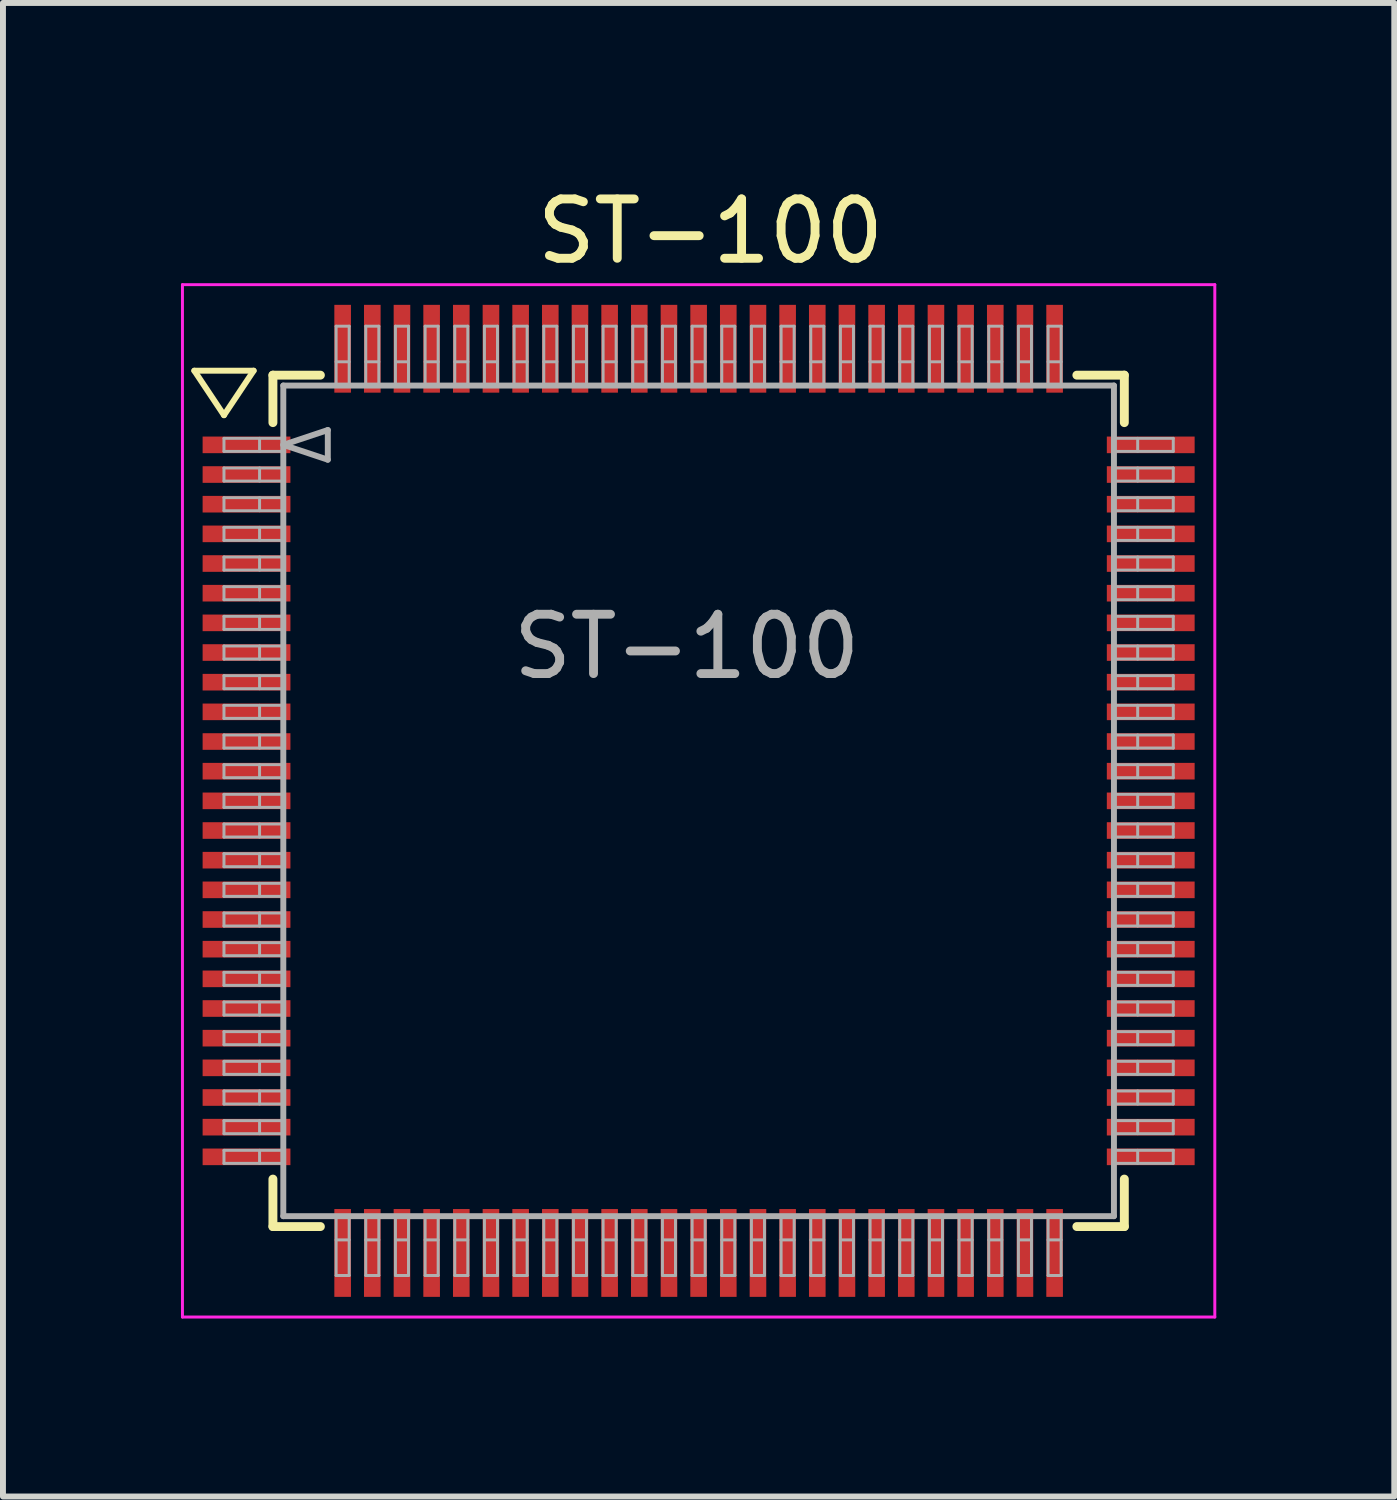
<source format=kicad_pcb>
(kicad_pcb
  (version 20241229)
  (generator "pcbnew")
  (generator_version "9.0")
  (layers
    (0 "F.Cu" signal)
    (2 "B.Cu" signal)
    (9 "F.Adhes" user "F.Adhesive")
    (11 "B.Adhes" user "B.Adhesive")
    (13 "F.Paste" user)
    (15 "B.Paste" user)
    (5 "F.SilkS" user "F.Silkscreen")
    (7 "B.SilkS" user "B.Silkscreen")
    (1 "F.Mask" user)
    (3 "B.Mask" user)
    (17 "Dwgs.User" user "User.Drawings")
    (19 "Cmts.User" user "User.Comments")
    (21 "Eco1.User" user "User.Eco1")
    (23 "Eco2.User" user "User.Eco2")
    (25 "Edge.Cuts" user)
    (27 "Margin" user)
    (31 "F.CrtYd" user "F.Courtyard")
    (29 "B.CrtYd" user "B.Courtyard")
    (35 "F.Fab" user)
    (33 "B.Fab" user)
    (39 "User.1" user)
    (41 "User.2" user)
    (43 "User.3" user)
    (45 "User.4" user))
  (footprint "ST-100"
    (layer "F.Cu")
    (at 8.725 10.448)
    (property "Reference" "ST-100" (at 0.2 -9.6 0) (layer "F.SilkS") (effects (font (size 1 1) (thickness 0.15))))
    (attr smd)
    (fp_line (start -8.5 -7.25) (end -8 -6.5) (stroke (width 0.1) (type solid)) (layer "F.SilkS"))
    (fp_line (start -8 -6.5) (end -7.5 -7.25) (stroke (width 0.1) (type solid)) (layer "F.SilkS"))
    (fp_line (start -7.5 -7.25) (end -8.5 -7.25) (stroke (width 0.1) (type solid)) (layer "F.SilkS"))
    (fp_line (start -7.175 -7.175) (end -7.175 -6.375) (stroke (width 0.15) (type solid)) (layer "F.SilkS"))
    (fp_line (start -7.175 -7.175) (end -6.375 -7.175) (stroke (width 0.15) (type solid)) (layer "F.SilkS"))
    (fp_line (start -7.175 7.175) (end -7.175 6.375) (stroke (width 0.15) (type solid)) (layer "F.SilkS"))
    (fp_line (start -7.175 7.175) (end -6.375 7.175) (stroke (width 0.15) (type solid)) (layer "F.SilkS"))
    (fp_line (start 7.175 -7.175) (end 6.375 -7.175) (stroke (width 0.15) (type solid)) (layer "F.SilkS"))
    (fp_line (start 7.175 -7.175) (end 7.175 -6.375) (stroke (width 0.15) (type solid)) (layer "F.SilkS"))
    (fp_line (start 7.175 7.175) (end 6.375 7.175) (stroke (width 0.15) (type solid)) (layer "F.SilkS"))
    (fp_line (start 7.175 7.175) (end 7.175 6.375) (stroke (width 0.15) (type solid)) (layer "F.SilkS"))
    (fp_line (start -8.7 -8.7) (end -8.7 8.7) (stroke (width 0.05) (type solid)) (layer "F.CrtYd"))
    (fp_line (start -8.7 -8.7) (end 8.7 -8.7) (stroke (width 0.05) (type solid)) (layer "F.CrtYd"))
    (fp_line (start -8.7 8.7) (end 8.7 8.7) (stroke (width 0.05) (type solid)) (layer "F.CrtYd"))
    (fp_line (start 8.7 -8.7) (end 8.7 8.7) (stroke (width 0.05) (type solid)) (layer "F.CrtYd"))
    (fp_line (start -8 -6.11) (end -7 -6.11) (stroke (width 0.05) (type solid)) (layer "F.Fab"))
    (fp_line (start -8 -5.89) (end -8 -6.11) (stroke (width 0.05) (type solid)) (layer "F.Fab"))
    (fp_line (start -8 -5.89) (end -7 -5.89) (stroke (width 0.05) (type solid)) (layer "F.Fab"))
    (fp_line (start -8 -5.61) (end -7 -5.61) (stroke (width 0.05) (type solid)) (layer "F.Fab"))
    (fp_line (start -8 -5.39) (end -8 -5.61) (stroke (width 0.05) (type solid)) (layer "F.Fab"))
    (fp_line (start -8 -5.39) (end -7 -5.39) (stroke (width 0.05) (type solid)) (layer "F.Fab"))
    (fp_line (start -8 -5.11) (end -7 -5.11) (stroke (width 0.05) (type solid)) (layer "F.Fab"))
    (fp_line (start -8 -4.89) (end -8 -5.11) (stroke (width 0.05) (type solid)) (layer "F.Fab"))
    (fp_line (start -8 -4.89) (end -7 -4.89) (stroke (width 0.05) (type solid)) (layer "F.Fab"))
    (fp_line (start -8 -4.61) (end -7 -4.61) (stroke (width 0.05) (type solid)) (layer "F.Fab"))
    (fp_line (start -8 -4.39) (end -8 -4.61) (stroke (width 0.05) (type solid)) (layer "F.Fab"))
    (fp_line (start -8 -4.39) (end -7 -4.39) (stroke (width 0.05) (type solid)) (layer "F.Fab"))
    (fp_line (start -8 -4.11) (end -7 -4.11) (stroke (width 0.05) (type solid)) (layer "F.Fab"))
    (fp_line (start -8 -3.89) (end -8 -4.11) (stroke (width 0.05) (type solid)) (layer "F.Fab"))
    (fp_line (start -8 -3.89) (end -7 -3.89) (stroke (width 0.05) (type solid)) (layer "F.Fab"))
    (fp_line (start -8 -3.61) (end -7 -3.61) (stroke (width 0.05) (type solid)) (layer "F.Fab"))
    (fp_line (start -8 -3.39) (end -8 -3.61) (stroke (width 0.05) (type solid)) (layer "F.Fab"))
    (fp_line (start -8 -3.39) (end -7 -3.39) (stroke (width 0.05) (type solid)) (layer "F.Fab"))
    (fp_line (start -8 -3.11) (end -7 -3.11) (stroke (width 0.05) (type solid)) (layer "F.Fab"))
    (fp_line (start -8 -2.89) (end -8 -3.11) (stroke (width 0.05) (type solid)) (layer "F.Fab"))
    (fp_line (start -8 -2.89) (end -7 -2.89) (stroke (width 0.05) (type solid)) (layer "F.Fab"))
    (fp_line (start -8 -2.61) (end -7 -2.61) (stroke (width 0.05) (type solid)) (layer "F.Fab"))
    (fp_line (start -8 -2.39) (end -8 -2.61) (stroke (width 0.05) (type solid)) (layer "F.Fab"))
    (fp_line (start -8 -2.39) (end -7 -2.39) (stroke (width 0.05) (type solid)) (layer "F.Fab"))
    (fp_line (start -8 -2.11) (end -7 -2.11) (stroke (width 0.05) (type solid)) (layer "F.Fab"))
    (fp_line (start -8 -1.89) (end -8 -2.11) (stroke (width 0.05) (type solid)) (layer "F.Fab"))
    (fp_line (start -8 -1.89) (end -7 -1.89) (stroke (width 0.05) (type solid)) (layer "F.Fab"))
    (fp_line (start -8 -1.61) (end -7 -1.61) (stroke (width 0.05) (type solid)) (layer "F.Fab"))
    (fp_line (start -8 -1.39) (end -8 -1.61) (stroke (width 0.05) (type solid)) (layer "F.Fab"))
    (fp_line (start -8 -1.39) (end -7 -1.39) (stroke (width 0.05) (type solid)) (layer "F.Fab"))
    (fp_line (start -8 -1.11) (end -7 -1.11) (stroke (width 0.05) (type solid)) (layer "F.Fab"))
    (fp_line (start -8 -0.89) (end -8 -1.11) (stroke (width 0.05) (type solid)) (layer "F.Fab"))
    (fp_line (start -8 -0.89) (end -7 -0.89) (stroke (width 0.05) (type solid)) (layer "F.Fab"))
    (fp_line (start -8 -0.61) (end -7 -0.61) (stroke (width 0.05) (type solid)) (layer "F.Fab"))
    (fp_line (start -8 -0.39) (end -8 -0.61) (stroke (width 0.05) (type solid)) (layer "F.Fab"))
    (fp_line (start -8 -0.39) (end -7 -0.39) (stroke (width 0.05) (type solid)) (layer "F.Fab"))
    (fp_line (start -8 -0.11) (end -7 -0.11) (stroke (width 0.05) (type solid)) (layer "F.Fab"))
    (fp_line (start -8 0.11) (end -8 -0.11) (stroke (width 0.05) (type solid)) (layer "F.Fab"))
    (fp_line (start -8 0.11) (end -7 0.11) (stroke (width 0.05) (type solid)) (layer "F.Fab"))
    (fp_line (start -8 0.39) (end -7 0.39) (stroke (width 0.05) (type solid)) (layer "F.Fab"))
    (fp_line (start -8 0.61) (end -8 0.39) (stroke (width 0.05) (type solid)) (layer "F.Fab"))
    (fp_line (start -8 0.61) (end -7 0.61) (stroke (width 0.05) (type solid)) (layer "F.Fab"))
    (fp_line (start -8 0.89) (end -7 0.89) (stroke (width 0.05) (type solid)) (layer "F.Fab"))
    (fp_line (start -8 1.11) (end -8 0.89) (stroke (width 0.05) (type solid)) (layer "F.Fab"))
    (fp_line (start -8 1.11) (end -7 1.11) (stroke (width 0.05) (type solid)) (layer "F.Fab"))
    (fp_line (start -8 1.39) (end -7 1.39) (stroke (width 0.05) (type solid)) (layer "F.Fab"))
    (fp_line (start -8 1.61) (end -8 1.39) (stroke (width 0.05) (type solid)) (layer "F.Fab"))
    (fp_line (start -8 1.61) (end -7 1.61) (stroke (width 0.05) (type solid)) (layer "F.Fab"))
    (fp_line (start -8 1.89) (end -7 1.89) (stroke (width 0.05) (type solid)) (layer "F.Fab"))
    (fp_line (start -8 2.11) (end -8 1.89) (stroke (width 0.05) (type solid)) (layer "F.Fab"))
    (fp_line (start -8 2.11) (end -7 2.11) (stroke (width 0.05) (type solid)) (layer "F.Fab"))
    (fp_line (start -8 2.39) (end -7 2.39) (stroke (width 0.05) (type solid)) (layer "F.Fab"))
    (fp_line (start -8 2.61) (end -8 2.39) (stroke (width 0.05) (type solid)) (layer "F.Fab"))
    (fp_line (start -8 2.61) (end -7 2.61) (stroke (width 0.05) (type solid)) (layer "F.Fab"))
    (fp_line (start -8 2.89) (end -7 2.89) (stroke (width 0.05) (type solid)) (layer "F.Fab"))
    (fp_line (start -8 3.11) (end -8 2.89) (stroke (width 0.05) (type solid)) (layer "F.Fab"))
    (fp_line (start -8 3.11) (end -7 3.11) (stroke (width 0.05) (type solid)) (layer "F.Fab"))
    (fp_line (start -8 3.39) (end -7 3.39) (stroke (width 0.05) (type solid)) (layer "F.Fab"))
    (fp_line (start -8 3.61) (end -8 3.39) (stroke (width 0.05) (type solid)) (layer "F.Fab"))
    (fp_line (start -8 3.61) (end -7 3.61) (stroke (width 0.05) (type solid)) (layer "F.Fab"))
    (fp_line (start -8 3.89) (end -7 3.89) (stroke (width 0.05) (type solid)) (layer "F.Fab"))
    (fp_line (start -8 4.11) (end -8 3.89) (stroke (width 0.05) (type solid)) (layer "F.Fab"))
    (fp_line (start -8 4.11) (end -7 4.11) (stroke (width 0.05) (type solid)) (layer "F.Fab"))
    (fp_line (start -8 4.39) (end -7 4.39) (stroke (width 0.05) (type solid)) (layer "F.Fab"))
    (fp_line (start -8 4.61) (end -8 4.39) (stroke (width 0.05) (type solid)) (layer "F.Fab"))
    (fp_line (start -8 4.61) (end -7 4.61) (stroke (width 0.05) (type solid)) (layer "F.Fab"))
    (fp_line (start -8 4.89) (end -7 4.89) (stroke (width 0.05) (type solid)) (layer "F.Fab"))
    (fp_line (start -8 5.11) (end -8 4.89) (stroke (width 0.05) (type solid)) (layer "F.Fab"))
    (fp_line (start -8 5.11) (end -7 5.11) (stroke (width 0.05) (type solid)) (layer "F.Fab"))
    (fp_line (start -8 5.39) (end -7 5.39) (stroke (width 0.05) (type solid)) (layer "F.Fab"))
    (fp_line (start -8 5.61) (end -8 5.39) (stroke (width 0.05) (type solid)) (layer "F.Fab"))
    (fp_line (start -8 5.61) (end -7 5.61) (stroke (width 0.05) (type solid)) (layer "F.Fab"))
    (fp_line (start -8 5.89) (end -7 5.89) (stroke (width 0.05) (type solid)) (layer "F.Fab"))
    (fp_line (start -8 6.11) (end -8 5.89) (stroke (width 0.05) (type solid)) (layer "F.Fab"))
    (fp_line (start -8 6.11) (end -7 6.11) (stroke (width 0.05) (type solid)) (layer "F.Fab"))
    (fp_line (start -7.4 -5.89) (end -7.4 -6.11) (stroke (width 0.05) (type solid)) (layer "F.Fab"))
    (fp_line (start -7.4 -5.39) (end -7.4 -5.61) (stroke (width 0.05) (type solid)) (layer "F.Fab"))
    (fp_line (start -7.4 -4.89) (end -7.4 -5.11) (stroke (width 0.05) (type solid)) (layer "F.Fab"))
    (fp_line (start -7.4 -4.39) (end -7.4 -4.61) (stroke (width 0.05) (type solid)) (layer "F.Fab"))
    (fp_line (start -7.4 -3.89) (end -7.4 -4.11) (stroke (width 0.05) (type solid)) (layer "F.Fab"))
    (fp_line (start -7.4 -3.39) (end -7.4 -3.61) (stroke (width 0.05) (type solid)) (layer "F.Fab"))
    (fp_line (start -7.4 -2.89) (end -7.4 -3.11) (stroke (width 0.05) (type solid)) (layer "F.Fab"))
    (fp_line (start -7.4 -2.39) (end -7.4 -2.61) (stroke (width 0.05) (type solid)) (layer "F.Fab"))
    (fp_line (start -7.4 -1.89) (end -7.4 -2.11) (stroke (width 0.05) (type solid)) (layer "F.Fab"))
    (fp_line (start -7.4 -1.39) (end -7.4 -1.61) (stroke (width 0.05) (type solid)) (layer "F.Fab"))
    (fp_line (start -7.4 -0.89) (end -7.4 -1.11) (stroke (width 0.05) (type solid)) (layer "F.Fab"))
    (fp_line (start -7.4 -0.39) (end -7.4 -0.61) (stroke (width 0.05) (type solid)) (layer "F.Fab"))
    (fp_line (start -7.4 0.11) (end -7.4 -0.11) (stroke (width 0.05) (type solid)) (layer "F.Fab"))
    (fp_line (start -7.4 0.61) (end -7.4 0.39) (stroke (width 0.05) (type solid)) (layer "F.Fab"))
    (fp_line (start -7.4 1.11) (end -7.4 0.89) (stroke (width 0.05) (type solid)) (layer "F.Fab"))
    (fp_line (start -7.4 1.61) (end -7.4 1.39) (stroke (width 0.05) (type solid)) (layer "F.Fab"))
    (fp_line (start -7.4 2.11) (end -7.4 1.89) (stroke (width 0.05) (type solid)) (layer "F.Fab"))
    (fp_line (start -7.4 2.61) (end -7.4 2.39) (stroke (width 0.05) (type solid)) (layer "F.Fab"))
    (fp_line (start -7.4 3.11) (end -7.4 2.89) (stroke (width 0.05) (type solid)) (layer "F.Fab"))
    (fp_line (start -7.4 3.61) (end -7.4 3.39) (stroke (width 0.05) (type solid)) (layer "F.Fab"))
    (fp_line (start -7.4 4.11) (end -7.4 3.89) (stroke (width 0.05) (type solid)) (layer "F.Fab"))
    (fp_line (start -7.4 4.61) (end -7.4 4.39) (stroke (width 0.05) (type solid)) (layer "F.Fab"))
    (fp_line (start -7.4 5.11) (end -7.4 4.89) (stroke (width 0.05) (type solid)) (layer "F.Fab"))
    (fp_line (start -7.4 5.61) (end -7.4 5.39) (stroke (width 0.05) (type solid)) (layer "F.Fab"))
    (fp_line (start -7.4 6.11) (end -7.4 5.89) (stroke (width 0.05) (type solid)) (layer "F.Fab"))
    (fp_line (start -7 -7) (end 7 -7) (stroke (width 0.1) (type solid)) (layer "F.Fab"))
    (fp_line (start -7 -6) (end -6.25 -6.25) (stroke (width 0.1) (type solid)) (layer "F.Fab"))
    (fp_line (start -7 7) (end -7 -7) (stroke (width 0.1) (type solid)) (layer "F.Fab"))
    (fp_line (start -6.25 -6.25) (end -6.25 -5.75) (stroke (width 0.1) (type solid)) (layer "F.Fab"))
    (fp_line (start -6.25 -5.75) (end -7 -6) (stroke (width 0.1) (type solid)) (layer "F.Fab"))
    (fp_line (start -6.11 -8) (end -6.11 -7) (stroke (width 0.05) (type solid)) (layer "F.Fab"))
    (fp_line (start -6.11 -8) (end -5.89 -8) (stroke (width 0.05) (type solid)) (layer "F.Fab"))
    (fp_line (start -6.11 -7.4) (end -5.89 -7.4) (stroke (width 0.05) (type solid)) (layer "F.Fab"))
    (fp_line (start -6.11 7) (end -6.11 8) (stroke (width 0.05) (type solid)) (layer "F.Fab"))
    (fp_line (start -6.11 7.4) (end -5.89 7.4) (stroke (width 0.05) (type solid)) (layer "F.Fab"))
    (fp_line (start -6.11 8) (end -5.89 8) (stroke (width 0.05) (type solid)) (layer "F.Fab"))
    (fp_line (start -5.89 -8) (end -5.89 -7) (stroke (width 0.05) (type solid)) (layer "F.Fab"))
    (fp_line (start -5.89 7) (end -5.89 8) (stroke (width 0.05) (type solid)) (layer "F.Fab"))
    (fp_line (start -5.61 -8) (end -5.61 -7) (stroke (width 0.05) (type solid)) (layer "F.Fab"))
    (fp_line (start -5.61 -8) (end -5.39 -8) (stroke (width 0.05) (type solid)) (layer "F.Fab"))
    (fp_line (start -5.61 -7.4) (end -5.39 -7.4) (stroke (width 0.05) (type solid)) (layer "F.Fab"))
    (fp_line (start -5.61 7) (end -5.61 8) (stroke (width 0.05) (type solid)) (layer "F.Fab"))
    (fp_line (start -5.61 7.4) (end -5.39 7.4) (stroke (width 0.05) (type solid)) (layer "F.Fab"))
    (fp_line (start -5.61 8) (end -5.39 8) (stroke (width 0.05) (type solid)) (layer "F.Fab"))
    (fp_line (start -5.39 -8) (end -5.39 -7) (stroke (width 0.05) (type solid)) (layer "F.Fab"))
    (fp_line (start -5.39 7) (end -5.39 8) (stroke (width 0.05) (type solid)) (layer "F.Fab"))
    (fp_line (start -5.11 -8) (end -5.11 -7) (stroke (width 0.05) (type solid)) (layer "F.Fab"))
    (fp_line (start -5.11 -8) (end -4.89 -8) (stroke (width 0.05) (type solid)) (layer "F.Fab"))
    (fp_line (start -5.11 -7.4) (end -4.89 -7.4) (stroke (width 0.05) (type solid)) (layer "F.Fab"))
    (fp_line (start -5.11 7) (end -5.11 8) (stroke (width 0.05) (type solid)) (layer "F.Fab"))
    (fp_line (start -5.11 7.4) (end -4.89 7.4) (stroke (width 0.05) (type solid)) (layer "F.Fab"))
    (fp_line (start -5.11 8) (end -4.89 8) (stroke (width 0.05) (type solid)) (layer "F.Fab"))
    (fp_line (start -4.89 -8) (end -4.89 -7) (stroke (width 0.05) (type solid)) (layer "F.Fab"))
    (fp_line (start -4.89 7) (end -4.89 8) (stroke (width 0.05) (type solid)) (layer "F.Fab"))
    (fp_line (start -4.61 -8) (end -4.61 -7) (stroke (width 0.05) (type solid)) (layer "F.Fab"))
    (fp_line (start -4.61 -8) (end -4.39 -8) (stroke (width 0.05) (type solid)) (layer "F.Fab"))
    (fp_line (start -4.61 -7.4) (end -4.39 -7.4) (stroke (width 0.05) (type solid)) (layer "F.Fab"))
    (fp_line (start -4.61 7) (end -4.61 8) (stroke (width 0.05) (type solid)) (layer "F.Fab"))
    (fp_line (start -4.61 7.4) (end -4.39 7.4) (stroke (width 0.05) (type solid)) (layer "F.Fab"))
    (fp_line (start -4.61 8) (end -4.39 8) (stroke (width 0.05) (type solid)) (layer "F.Fab"))
    (fp_line (start -4.39 -8) (end -4.39 -7) (stroke (width 0.05) (type solid)) (layer "F.Fab"))
    (fp_line (start -4.39 7) (end -4.39 8) (stroke (width 0.05) (type solid)) (layer "F.Fab"))
    (fp_line (start -4.11 -8) (end -4.11 -7) (stroke (width 0.05) (type solid)) (layer "F.Fab"))
    (fp_line (start -4.11 -8) (end -3.89 -8) (stroke (width 0.05) (type solid)) (layer "F.Fab"))
    (fp_line (start -4.11 -7.4) (end -3.89 -7.4) (stroke (width 0.05) (type solid)) (layer "F.Fab"))
    (fp_line (start -4.11 7) (end -4.11 8) (stroke (width 0.05) (type solid)) (layer "F.Fab"))
    (fp_line (start -4.11 7.4) (end -3.89 7.4) (stroke (width 0.05) (type solid)) (layer "F.Fab"))
    (fp_line (start -4.11 8) (end -3.89 8) (stroke (width 0.05) (type solid)) (layer "F.Fab"))
    (fp_line (start -3.89 -8) (end -3.89 -7) (stroke (width 0.05) (type solid)) (layer "F.Fab"))
    (fp_line (start -3.89 7) (end -3.89 8) (stroke (width 0.05) (type solid)) (layer "F.Fab"))
    (fp_line (start -3.61 -8) (end -3.61 -7) (stroke (width 0.05) (type solid)) (layer "F.Fab"))
    (fp_line (start -3.61 -8) (end -3.39 -8) (stroke (width 0.05) (type solid)) (layer "F.Fab"))
    (fp_line (start -3.61 -7.4) (end -3.39 -7.4) (stroke (width 0.05) (type solid)) (layer "F.Fab"))
    (fp_line (start -3.61 7) (end -3.61 8) (stroke (width 0.05) (type solid)) (layer "F.Fab"))
    (fp_line (start -3.61 7.4) (end -3.39 7.4) (stroke (width 0.05) (type solid)) (layer "F.Fab"))
    (fp_line (start -3.61 8) (end -3.39 8) (stroke (width 0.05) (type solid)) (layer "F.Fab"))
    (fp_line (start -3.39 -8) (end -3.39 -7) (stroke (width 0.05) (type solid)) (layer "F.Fab"))
    (fp_line (start -3.39 7) (end -3.39 8) (stroke (width 0.05) (type solid)) (layer "F.Fab"))
    (fp_line (start -3.11 -8) (end -3.11 -7) (stroke (width 0.05) (type solid)) (layer "F.Fab"))
    (fp_line (start -3.11 -8) (end -2.89 -8) (stroke (width 0.05) (type solid)) (layer "F.Fab"))
    (fp_line (start -3.11 -7.4) (end -2.89 -7.4) (stroke (width 0.05) (type solid)) (layer "F.Fab"))
    (fp_line (start -3.11 7) (end -3.11 8) (stroke (width 0.05) (type solid)) (layer "F.Fab"))
    (fp_line (start -3.11 7.4) (end -2.89 7.4) (stroke (width 0.05) (type solid)) (layer "F.Fab"))
    (fp_line (start -3.11 8) (end -2.89 8) (stroke (width 0.05) (type solid)) (layer "F.Fab"))
    (fp_line (start -2.89 -8) (end -2.89 -7) (stroke (width 0.05) (type solid)) (layer "F.Fab"))
    (fp_line (start -2.89 7) (end -2.89 8) (stroke (width 0.05) (type solid)) (layer "F.Fab"))
    (fp_line (start -2.61 -8) (end -2.61 -7) (stroke (width 0.05) (type solid)) (layer "F.Fab"))
    (fp_line (start -2.61 -8) (end -2.39 -8) (stroke (width 0.05) (type solid)) (layer "F.Fab"))
    (fp_line (start -2.61 -7.4) (end -2.39 -7.4) (stroke (width 0.05) (type solid)) (layer "F.Fab"))
    (fp_line (start -2.61 7) (end -2.61 8) (stroke (width 0.05) (type solid)) (layer "F.Fab"))
    (fp_line (start -2.61 7.4) (end -2.39 7.4) (stroke (width 0.05) (type solid)) (layer "F.Fab"))
    (fp_line (start -2.61 8) (end -2.39 8) (stroke (width 0.05) (type solid)) (layer "F.Fab"))
    (fp_line (start -2.39 -8) (end -2.39 -7) (stroke (width 0.05) (type solid)) (layer "F.Fab"))
    (fp_line (start -2.39 7) (end -2.39 8) (stroke (width 0.05) (type solid)) (layer "F.Fab"))
    (fp_line (start -2.11 -8) (end -2.11 -7) (stroke (width 0.05) (type solid)) (layer "F.Fab"))
    (fp_line (start -2.11 -8) (end -1.89 -8) (stroke (width 0.05) (type solid)) (layer "F.Fab"))
    (fp_line (start -2.11 -7.4) (end -1.89 -7.4) (stroke (width 0.05) (type solid)) (layer "F.Fab"))
    (fp_line (start -2.11 7) (end -2.11 8) (stroke (width 0.05) (type solid)) (layer "F.Fab"))
    (fp_line (start -2.11 7.4) (end -1.89 7.4) (stroke (width 0.05) (type solid)) (layer "F.Fab"))
    (fp_line (start -2.11 8) (end -1.89 8) (stroke (width 0.05) (type solid)) (layer "F.Fab"))
    (fp_line (start -1.89 -8) (end -1.89 -7) (stroke (width 0.05) (type solid)) (layer "F.Fab"))
    (fp_line (start -1.89 7) (end -1.89 8) (stroke (width 0.05) (type solid)) (layer "F.Fab"))
    (fp_line (start -1.61 -8) (end -1.61 -7) (stroke (width 0.05) (type solid)) (layer "F.Fab"))
    (fp_line (start -1.61 -8) (end -1.39 -8) (stroke (width 0.05) (type solid)) (layer "F.Fab"))
    (fp_line (start -1.61 -7.4) (end -1.39 -7.4) (stroke (width 0.05) (type solid)) (layer "F.Fab"))
    (fp_line (start -1.61 7) (end -1.61 8) (stroke (width 0.05) (type solid)) (layer "F.Fab"))
    (fp_line (start -1.61 7.4) (end -1.39 7.4) (stroke (width 0.05) (type solid)) (layer "F.Fab"))
    (fp_line (start -1.61 8) (end -1.39 8) (stroke (width 0.05) (type solid)) (layer "F.Fab"))
    (fp_line (start -1.39 -8) (end -1.39 -7) (stroke (width 0.05) (type solid)) (layer "F.Fab"))
    (fp_line (start -1.39 7) (end -1.39 8) (stroke (width 0.05) (type solid)) (layer "F.Fab"))
    (fp_line (start -1.11 -8) (end -1.11 -7) (stroke (width 0.05) (type solid)) (layer "F.Fab"))
    (fp_line (start -1.11 -8) (end -0.89 -8) (stroke (width 0.05) (type solid)) (layer "F.Fab"))
    (fp_line (start -1.11 -7.4) (end -0.89 -7.4) (stroke (width 0.05) (type solid)) (layer "F.Fab"))
    (fp_line (start -1.11 7) (end -1.11 8) (stroke (width 0.05) (type solid)) (layer "F.Fab"))
    (fp_line (start -1.11 7.4) (end -0.89 7.4) (stroke (width 0.05) (type solid)) (layer "F.Fab"))
    (fp_line (start -1.11 8) (end -0.89 8) (stroke (width 0.05) (type solid)) (layer "F.Fab"))
    (fp_line (start -0.89 -8) (end -0.89 -7) (stroke (width 0.05) (type solid)) (layer "F.Fab"))
    (fp_line (start -0.89 7) (end -0.89 8) (stroke (width 0.05) (type solid)) (layer "F.Fab"))
    (fp_line (start -0.61 -8) (end -0.61 -7) (stroke (width 0.05) (type solid)) (layer "F.Fab"))
    (fp_line (start -0.61 -8) (end -0.39 -8) (stroke (width 0.05) (type solid)) (layer "F.Fab"))
    (fp_line (start -0.61 -7.4) (end -0.39 -7.4) (stroke (width 0.05) (type solid)) (layer "F.Fab"))
    (fp_line (start -0.61 7) (end -0.61 8) (stroke (width 0.05) (type solid)) (layer "F.Fab"))
    (fp_line (start -0.61 7.4) (end -0.39 7.4) (stroke (width 0.05) (type solid)) (layer "F.Fab"))
    (fp_line (start -0.61 8) (end -0.39 8) (stroke (width 0.05) (type solid)) (layer "F.Fab"))
    (fp_line (start -0.39 -8) (end -0.39 -7) (stroke (width 0.05) (type solid)) (layer "F.Fab"))
    (fp_line (start -0.39 7) (end -0.39 8) (stroke (width 0.05) (type solid)) (layer "F.Fab"))
    (fp_line (start -0.11 -8) (end -0.11 -7) (stroke (width 0.05) (type solid)) (layer "F.Fab"))
    (fp_line (start -0.11 -8) (end 0.11 -8) (stroke (width 0.05) (type solid)) (layer "F.Fab"))
    (fp_line (start -0.11 -7.4) (end 0.11 -7.4) (stroke (width 0.05) (type solid)) (layer "F.Fab"))
    (fp_line (start -0.11 7) (end -0.11 8) (stroke (width 0.05) (type solid)) (layer "F.Fab"))
    (fp_line (start -0.11 7.4) (end 0.11 7.4) (stroke (width 0.05) (type solid)) (layer "F.Fab"))
    (fp_line (start -0.11 8) (end 0.11 8) (stroke (width 0.05) (type solid)) (layer "F.Fab"))
    (fp_line (start 0.11 -8) (end 0.11 -7) (stroke (width 0.05) (type solid)) (layer "F.Fab"))
    (fp_line (start 0.11 7) (end 0.11 8) (stroke (width 0.05) (type solid)) (layer "F.Fab"))
    (fp_line (start 0.39 -8) (end 0.39 -7) (stroke (width 0.05) (type solid)) (layer "F.Fab"))
    (fp_line (start 0.39 -8) (end 0.61 -8) (stroke (width 0.05) (type solid)) (layer "F.Fab"))
    (fp_line (start 0.39 -7.4) (end 0.61 -7.4) (stroke (width 0.05) (type solid)) (layer "F.Fab"))
    (fp_line (start 0.39 7) (end 0.39 8) (stroke (width 0.05) (type solid)) (layer "F.Fab"))
    (fp_line (start 0.39 7.4) (end 0.61 7.4) (stroke (width 0.05) (type solid)) (layer "F.Fab"))
    (fp_line (start 0.39 8) (end 0.61 8) (stroke (width 0.05) (type solid)) (layer "F.Fab"))
    (fp_line (start 0.61 -8) (end 0.61 -7) (stroke (width 0.05) (type solid)) (layer "F.Fab"))
    (fp_line (start 0.61 7) (end 0.61 8) (stroke (width 0.05) (type solid)) (layer "F.Fab"))
    (fp_line (start 0.89 -8) (end 0.89 -7) (stroke (width 0.05) (type solid)) (layer "F.Fab"))
    (fp_line (start 0.89 -8) (end 1.11 -8) (stroke (width 0.05) (type solid)) (layer "F.Fab"))
    (fp_line (start 0.89 -7.4) (end 1.11 -7.4) (stroke (width 0.05) (type solid)) (layer "F.Fab"))
    (fp_line (start 0.89 7) (end 0.89 8) (stroke (width 0.05) (type solid)) (layer "F.Fab"))
    (fp_line (start 0.89 7.4) (end 1.11 7.4) (stroke (width 0.05) (type solid)) (layer "F.Fab"))
    (fp_line (start 0.89 8) (end 1.11 8) (stroke (width 0.05) (type solid)) (layer "F.Fab"))
    (fp_line (start 1.11 -8) (end 1.11 -7) (stroke (width 0.05) (type solid)) (layer "F.Fab"))
    (fp_line (start 1.11 7) (end 1.11 8) (stroke (width 0.05) (type solid)) (layer "F.Fab"))
    (fp_line (start 1.39 -8) (end 1.39 -7) (stroke (width 0.05) (type solid)) (layer "F.Fab"))
    (fp_line (start 1.39 -8) (end 1.61 -8) (stroke (width 0.05) (type solid)) (layer "F.Fab"))
    (fp_line (start 1.39 -7.4) (end 1.61 -7.4) (stroke (width 0.05) (type solid)) (layer "F.Fab"))
    (fp_line (start 1.39 7) (end 1.39 8) (stroke (width 0.05) (type solid)) (layer "F.Fab"))
    (fp_line (start 1.39 7.4) (end 1.61 7.4) (stroke (width 0.05) (type solid)) (layer "F.Fab"))
    (fp_line (start 1.39 8) (end 1.61 8) (stroke (width 0.05) (type solid)) (layer "F.Fab"))
    (fp_line (start 1.61 -8) (end 1.61 -7) (stroke (width 0.05) (type solid)) (layer "F.Fab"))
    (fp_line (start 1.61 7) (end 1.61 8) (stroke (width 0.05) (type solid)) (layer "F.Fab"))
    (fp_line (start 1.89 -8) (end 1.89 -7) (stroke (width 0.05) (type solid)) (layer "F.Fab"))
    (fp_line (start 1.89 -8) (end 2.11 -8) (stroke (width 0.05) (type solid)) (layer "F.Fab"))
    (fp_line (start 1.89 -7.4) (end 2.11 -7.4) (stroke (width 0.05) (type solid)) (layer "F.Fab"))
    (fp_line (start 1.89 7) (end 1.89 8) (stroke (width 0.05) (type solid)) (layer "F.Fab"))
    (fp_line (start 1.89 7.4) (end 2.11 7.4) (stroke (width 0.05) (type solid)) (layer "F.Fab"))
    (fp_line (start 1.89 8) (end 2.11 8) (stroke (width 0.05) (type solid)) (layer "F.Fab"))
    (fp_line (start 2.11 -8) (end 2.11 -7) (stroke (width 0.05) (type solid)) (layer "F.Fab"))
    (fp_line (start 2.11 7) (end 2.11 8) (stroke (width 0.05) (type solid)) (layer "F.Fab"))
    (fp_line (start 2.39 -8) (end 2.39 -7) (stroke (width 0.05) (type solid)) (layer "F.Fab"))
    (fp_line (start 2.39 -8) (end 2.61 -8) (stroke (width 0.05) (type solid)) (layer "F.Fab"))
    (fp_line (start 2.39 -7.4) (end 2.61 -7.4) (stroke (width 0.05) (type solid)) (layer "F.Fab"))
    (fp_line (start 2.39 7) (end 2.39 8) (stroke (width 0.05) (type solid)) (layer "F.Fab"))
    (fp_line (start 2.39 7.4) (end 2.61 7.4) (stroke (width 0.05) (type solid)) (layer "F.Fab"))
    (fp_line (start 2.39 8) (end 2.61 8) (stroke (width 0.05) (type solid)) (layer "F.Fab"))
    (fp_line (start 2.61 -8) (end 2.61 -7) (stroke (width 0.05) (type solid)) (layer "F.Fab"))
    (fp_line (start 2.61 7) (end 2.61 8) (stroke (width 0.05) (type solid)) (layer "F.Fab"))
    (fp_line (start 2.89 -8) (end 2.89 -7) (stroke (width 0.05) (type solid)) (layer "F.Fab"))
    (fp_line (start 2.89 -8) (end 3.11 -8) (stroke (width 0.05) (type solid)) (layer "F.Fab"))
    (fp_line (start 2.89 -7.4) (end 3.11 -7.4) (stroke (width 0.05) (type solid)) (layer "F.Fab"))
    (fp_line (start 2.89 7) (end 2.89 8) (stroke (width 0.05) (type solid)) (layer "F.Fab"))
    (fp_line (start 2.89 7.4) (end 3.11 7.4) (stroke (width 0.05) (type solid)) (layer "F.Fab"))
    (fp_line (start 2.89 8) (end 3.11 8) (stroke (width 0.05) (type solid)) (layer "F.Fab"))
    (fp_line (start 3.11 -8) (end 3.11 -7) (stroke (width 0.05) (type solid)) (layer "F.Fab"))
    (fp_line (start 3.11 7) (end 3.11 8) (stroke (width 0.05) (type solid)) (layer "F.Fab"))
    (fp_line (start 3.39 -8) (end 3.39 -7) (stroke (width 0.05) (type solid)) (layer "F.Fab"))
    (fp_line (start 3.39 -8) (end 3.61 -8) (stroke (width 0.05) (type solid)) (layer "F.Fab"))
    (fp_line (start 3.39 -7.4) (end 3.61 -7.4) (stroke (width 0.05) (type solid)) (layer "F.Fab"))
    (fp_line (start 3.39 7) (end 3.39 8) (stroke (width 0.05) (type solid)) (layer "F.Fab"))
    (fp_line (start 3.39 7.4) (end 3.61 7.4) (stroke (width 0.05) (type solid)) (layer "F.Fab"))
    (fp_line (start 3.39 8) (end 3.61 8) (stroke (width 0.05) (type solid)) (layer "F.Fab"))
    (fp_line (start 3.61 -8) (end 3.61 -7) (stroke (width 0.05) (type solid)) (layer "F.Fab"))
    (fp_line (start 3.61 7) (end 3.61 8) (stroke (width 0.05) (type solid)) (layer "F.Fab"))
    (fp_line (start 3.89 -8) (end 3.89 -7) (stroke (width 0.05) (type solid)) (layer "F.Fab"))
    (fp_line (start 3.89 -8) (end 4.11 -8) (stroke (width 0.05) (type solid)) (layer "F.Fab"))
    (fp_line (start 3.89 -7.4) (end 4.11 -7.4) (stroke (width 0.05) (type solid)) (layer "F.Fab"))
    (fp_line (start 3.89 7) (end 3.89 8) (stroke (width 0.05) (type solid)) (layer "F.Fab"))
    (fp_line (start 3.89 7.4) (end 4.11 7.4) (stroke (width 0.05) (type solid)) (layer "F.Fab"))
    (fp_line (start 3.89 8) (end 4.11 8) (stroke (width 0.05) (type solid)) (layer "F.Fab"))
    (fp_line (start 4.11 -8) (end 4.11 -7) (stroke (width 0.05) (type solid)) (layer "F.Fab"))
    (fp_line (start 4.11 7) (end 4.11 8) (stroke (width 0.05) (type solid)) (layer "F.Fab"))
    (fp_line (start 4.39 -8) (end 4.39 -7) (stroke (width 0.05) (type solid)) (layer "F.Fab"))
    (fp_line (start 4.39 -8) (end 4.61 -8) (stroke (width 0.05) (type solid)) (layer "F.Fab"))
    (fp_line (start 4.39 -7.4) (end 4.61 -7.4) (stroke (width 0.05) (type solid)) (layer "F.Fab"))
    (fp_line (start 4.39 7) (end 4.39 8) (stroke (width 0.05) (type solid)) (layer "F.Fab"))
    (fp_line (start 4.39 7.4) (end 4.61 7.4) (stroke (width 0.05) (type solid)) (layer "F.Fab"))
    (fp_line (start 4.39 8) (end 4.61 8) (stroke (width 0.05) (type solid)) (layer "F.Fab"))
    (fp_line (start 4.61 -8) (end 4.61 -7) (stroke (width 0.05) (type solid)) (layer "F.Fab"))
    (fp_line (start 4.61 7) (end 4.61 8) (stroke (width 0.05) (type solid)) (layer "F.Fab"))
    (fp_line (start 4.89 -8) (end 4.89 -7) (stroke (width 0.05) (type solid)) (layer "F.Fab"))
    (fp_line (start 4.89 -8) (end 5.11 -8) (stroke (width 0.05) (type solid)) (layer "F.Fab"))
    (fp_line (start 4.89 -7.4) (end 5.11 -7.4) (stroke (width 0.05) (type solid)) (layer "F.Fab"))
    (fp_line (start 4.89 7) (end 4.89 8) (stroke (width 0.05) (type solid)) (layer "F.Fab"))
    (fp_line (start 4.89 7.4) (end 5.11 7.4) (stroke (width 0.05) (type solid)) (layer "F.Fab"))
    (fp_line (start 4.89 8) (end 5.11 8) (stroke (width 0.05) (type solid)) (layer "F.Fab"))
    (fp_line (start 5.11 -8) (end 5.11 -7) (stroke (width 0.05) (type solid)) (layer "F.Fab"))
    (fp_line (start 5.11 7) (end 5.11 8) (stroke (width 0.05) (type solid)) (layer "F.Fab"))
    (fp_line (start 5.39 -8) (end 5.39 -7) (stroke (width 0.05) (type solid)) (layer "F.Fab"))
    (fp_line (start 5.39 -8) (end 5.61 -8) (stroke (width 0.05) (type solid)) (layer "F.Fab"))
    (fp_line (start 5.39 -7.4) (end 5.61 -7.4) (stroke (width 0.05) (type solid)) (layer "F.Fab"))
    (fp_line (start 5.39 7) (end 5.39 8) (stroke (width 0.05) (type solid)) (layer "F.Fab"))
    (fp_line (start 5.39 7.4) (end 5.61 7.4) (stroke (width 0.05) (type solid)) (layer "F.Fab"))
    (fp_line (start 5.39 8) (end 5.61 8) (stroke (width 0.05) (type solid)) (layer "F.Fab"))
    (fp_line (start 5.61 -8) (end 5.61 -7) (stroke (width 0.05) (type solid)) (layer "F.Fab"))
    (fp_line (start 5.61 7) (end 5.61 8) (stroke (width 0.05) (type solid)) (layer "F.Fab"))
    (fp_line (start 5.89 -8) (end 5.89 -7) (stroke (width 0.05) (type solid)) (layer "F.Fab"))
    (fp_line (start 5.89 -8) (end 6.11 -8) (stroke (width 0.05) (type solid)) (layer "F.Fab"))
    (fp_line (start 5.89 -7.4) (end 6.11 -7.4) (stroke (width 0.05) (type solid)) (layer "F.Fab"))
    (fp_line (start 5.89 7) (end 5.89 8) (stroke (width 0.05) (type solid)) (layer "F.Fab"))
    (fp_line (start 5.89 7.4) (end 6.11 7.4) (stroke (width 0.05) (type solid)) (layer "F.Fab"))
    (fp_line (start 5.89 8) (end 6.11 8) (stroke (width 0.05) (type solid)) (layer "F.Fab"))
    (fp_line (start 6.11 -8) (end 6.11 -7) (stroke (width 0.05) (type solid)) (layer "F.Fab"))
    (fp_line (start 6.11 7) (end 6.11 8) (stroke (width 0.05) (type solid)) (layer "F.Fab"))
    (fp_line (start 7 -7) (end 7 7) (stroke (width 0.1) (type solid)) (layer "F.Fab"))
    (fp_line (start 7 -6.11) (end 8 -6.11) (stroke (width 0.05) (type solid)) (layer "F.Fab"))
    (fp_line (start 7 -5.89) (end 8 -5.89) (stroke (width 0.05) (type solid)) (layer "F.Fab"))
    (fp_line (start 7 -5.61) (end 8 -5.61) (stroke (width 0.05) (type solid)) (layer "F.Fab"))
    (fp_line (start 7 -5.39) (end 8 -5.39) (stroke (width 0.05) (type solid)) (layer "F.Fab"))
    (fp_line (start 7 -5.11) (end 8 -5.11) (stroke (width 0.05) (type solid)) (layer "F.Fab"))
    (fp_line (start 7 -4.89) (end 8 -4.89) (stroke (width 0.05) (type solid)) (layer "F.Fab"))
    (fp_line (start 7 -4.61) (end 8 -4.61) (stroke (width 0.05) (type solid)) (layer "F.Fab"))
    (fp_line (start 7 -4.39) (end 8 -4.39) (stroke (width 0.05) (type solid)) (layer "F.Fab"))
    (fp_line (start 7 -4.11) (end 8 -4.11) (stroke (width 0.05) (type solid)) (layer "F.Fab"))
    (fp_line (start 7 -3.89) (end 8 -3.89) (stroke (width 0.05) (type solid)) (layer "F.Fab"))
    (fp_line (start 7 -3.61) (end 8 -3.61) (stroke (width 0.05) (type solid)) (layer "F.Fab"))
    (fp_line (start 7 -3.39) (end 8 -3.39) (stroke (width 0.05) (type solid)) (layer "F.Fab"))
    (fp_line (start 7 -3.11) (end 8 -3.11) (stroke (width 0.05) (type solid)) (layer "F.Fab"))
    (fp_line (start 7 -2.89) (end 8 -2.89) (stroke (width 0.05) (type solid)) (layer "F.Fab"))
    (fp_line (start 7 -2.61) (end 8 -2.61) (stroke (width 0.05) (type solid)) (layer "F.Fab"))
    (fp_line (start 7 -2.39) (end 8 -2.39) (stroke (width 0.05) (type solid)) (layer "F.Fab"))
    (fp_line (start 7 -2.11) (end 8 -2.11) (stroke (width 0.05) (type solid)) (layer "F.Fab"))
    (fp_line (start 7 -1.89) (end 8 -1.89) (stroke (width 0.05) (type solid)) (layer "F.Fab"))
    (fp_line (start 7 -1.61) (end 8 -1.61) (stroke (width 0.05) (type solid)) (layer "F.Fab"))
    (fp_line (start 7 -1.39) (end 8 -1.39) (stroke (width 0.05) (type solid)) (layer "F.Fab"))
    (fp_line (start 7 -1.11) (end 8 -1.11) (stroke (width 0.05) (type solid)) (layer "F.Fab"))
    (fp_line (start 7 -0.89) (end 8 -0.89) (stroke (width 0.05) (type solid)) (layer "F.Fab"))
    (fp_line (start 7 -0.61) (end 8 -0.61) (stroke (width 0.05) (type solid)) (layer "F.Fab"))
    (fp_line (start 7 -0.39) (end 8 -0.39) (stroke (width 0.05) (type solid)) (layer "F.Fab"))
    (fp_line (start 7 -0.11) (end 8 -0.11) (stroke (width 0.05) (type solid)) (layer "F.Fab"))
    (fp_line (start 7 0.11) (end 8 0.11) (stroke (width 0.05) (type solid)) (layer "F.Fab"))
    (fp_line (start 7 0.39) (end 8 0.39) (stroke (width 0.05) (type solid)) (layer "F.Fab"))
    (fp_line (start 7 0.61) (end 8 0.61) (stroke (width 0.05) (type solid)) (layer "F.Fab"))
    (fp_line (start 7 0.89) (end 8 0.89) (stroke (width 0.05) (type solid)) (layer "F.Fab"))
    (fp_line (start 7 1.11) (end 8 1.11) (stroke (width 0.05) (type solid)) (layer "F.Fab"))
    (fp_line (start 7 1.39) (end 8 1.39) (stroke (width 0.05) (type solid)) (layer "F.Fab"))
    (fp_line (start 7 1.61) (end 8 1.61) (stroke (width 0.05) (type solid)) (layer "F.Fab"))
    (fp_line (start 7 1.89) (end 8 1.89) (stroke (width 0.05) (type solid)) (layer "F.Fab"))
    (fp_line (start 7 2.11) (end 8 2.11) (stroke (width 0.05) (type solid)) (layer "F.Fab"))
    (fp_line (start 7 2.39) (end 8 2.39) (stroke (width 0.05) (type solid)) (layer "F.Fab"))
    (fp_line (start 7 2.61) (end 8 2.61) (stroke (width 0.05) (type solid)) (layer "F.Fab"))
    (fp_line (start 7 2.89) (end 8 2.89) (stroke (width 0.05) (type solid)) (layer "F.Fab"))
    (fp_line (start 7 3.11) (end 8 3.11) (stroke (width 0.05) (type solid)) (layer "F.Fab"))
    (fp_line (start 7 3.39) (end 8 3.39) (stroke (width 0.05) (type solid)) (layer "F.Fab"))
    (fp_line (start 7 3.61) (end 8 3.61) (stroke (width 0.05) (type solid)) (layer "F.Fab"))
    (fp_line (start 7 3.89) (end 8 3.89) (stroke (width 0.05) (type solid)) (layer "F.Fab"))
    (fp_line (start 7 4.11) (end 8 4.11) (stroke (width 0.05) (type solid)) (layer "F.Fab"))
    (fp_line (start 7 4.39) (end 8 4.39) (stroke (width 0.05) (type solid)) (layer "F.Fab"))
    (fp_line (start 7 4.61) (end 8 4.61) (stroke (width 0.05) (type solid)) (layer "F.Fab"))
    (fp_line (start 7 4.89) (end 8 4.89) (stroke (width 0.05) (type solid)) (layer "F.Fab"))
    (fp_line (start 7 5.11) (end 8 5.11) (stroke (width 0.05) (type solid)) (layer "F.Fab"))
    (fp_line (start 7 5.39) (end 8 5.39) (stroke (width 0.05) (type solid)) (layer "F.Fab"))
    (fp_line (start 7 5.61) (end 8 5.61) (stroke (width 0.05) (type solid)) (layer "F.Fab"))
    (fp_line (start 7 5.89) (end 8 5.89) (stroke (width 0.05) (type solid)) (layer "F.Fab"))
    (fp_line (start 7 6.11) (end 8 6.11) (stroke (width 0.05) (type solid)) (layer "F.Fab"))
    (fp_line (start 7 7) (end -7 7) (stroke (width 0.1) (type solid)) (layer "F.Fab"))
    (fp_line (start 7.4 -5.89) (end 7.4 -6.11) (stroke (width 0.05) (type solid)) (layer "F.Fab"))
    (fp_line (start 7.4 -5.39) (end 7.4 -5.61) (stroke (width 0.05) (type solid)) (layer "F.Fab"))
    (fp_line (start 7.4 -4.89) (end 7.4 -5.11) (stroke (width 0.05) (type solid)) (layer "F.Fab"))
    (fp_line (start 7.4 -4.39) (end 7.4 -4.61) (stroke (width 0.05) (type solid)) (layer "F.Fab"))
    (fp_line (start 7.4 -3.89) (end 7.4 -4.11) (stroke (width 0.05) (type solid)) (layer "F.Fab"))
    (fp_line (start 7.4 -3.39) (end 7.4 -3.61) (stroke (width 0.05) (type solid)) (layer "F.Fab"))
    (fp_line (start 7.4 -2.89) (end 7.4 -3.11) (stroke (width 0.05) (type solid)) (layer "F.Fab"))
    (fp_line (start 7.4 -2.39) (end 7.4 -2.61) (stroke (width 0.05) (type solid)) (layer "F.Fab"))
    (fp_line (start 7.4 -1.89) (end 7.4 -2.11) (stroke (width 0.05) (type solid)) (layer "F.Fab"))
    (fp_line (start 7.4 -1.39) (end 7.4 -1.61) (stroke (width 0.05) (type solid)) (layer "F.Fab"))
    (fp_line (start 7.4 -0.89) (end 7.4 -1.11) (stroke (width 0.05) (type solid)) (layer "F.Fab"))
    (fp_line (start 7.4 -0.39) (end 7.4 -0.61) (stroke (width 0.05) (type solid)) (layer "F.Fab"))
    (fp_line (start 7.4 0.11) (end 7.4 -0.11) (stroke (width 0.05) (type solid)) (layer "F.Fab"))
    (fp_line (start 7.4 0.61) (end 7.4 0.39) (stroke (width 0.05) (type solid)) (layer "F.Fab"))
    (fp_line (start 7.4 1.11) (end 7.4 0.89) (stroke (width 0.05) (type solid)) (layer "F.Fab"))
    (fp_line (start 7.4 1.61) (end 7.4 1.39) (stroke (width 0.05) (type solid)) (layer "F.Fab"))
    (fp_line (start 7.4 2.11) (end 7.4 1.89) (stroke (width 0.05) (type solid)) (layer "F.Fab"))
    (fp_line (start 7.4 2.61) (end 7.4 2.39) (stroke (width 0.05) (type solid)) (layer "F.Fab"))
    (fp_line (start 7.4 3.11) (end 7.4 2.89) (stroke (width 0.05) (type solid)) (layer "F.Fab"))
    (fp_line (start 7.4 3.61) (end 7.4 3.39) (stroke (width 0.05) (type solid)) (layer "F.Fab"))
    (fp_line (start 7.4 4.11) (end 7.4 3.89) (stroke (width 0.05) (type solid)) (layer "F.Fab"))
    (fp_line (start 7.4 4.61) (end 7.4 4.39) (stroke (width 0.05) (type solid)) (layer "F.Fab"))
    (fp_line (start 7.4 5.11) (end 7.4 4.89) (stroke (width 0.05) (type solid)) (layer "F.Fab"))
    (fp_line (start 7.4 5.61) (end 7.4 5.39) (stroke (width 0.05) (type solid)) (layer "F.Fab"))
    (fp_line (start 7.4 6.11) (end 7.4 5.89) (stroke (width 0.05) (type solid)) (layer "F.Fab"))
    (fp_line (start 8 -5.89) (end 8 -6.11) (stroke (width 0.05) (type solid)) (layer "F.Fab"))
    (fp_line (start 8 -5.39) (end 8 -5.61) (stroke (width 0.05) (type solid)) (layer "F.Fab"))
    (fp_line (start 8 -4.89) (end 8 -5.11) (stroke (width 0.05) (type solid)) (layer "F.Fab"))
    (fp_line (start 8 -4.39) (end 8 -4.61) (stroke (width 0.05) (type solid)) (layer "F.Fab"))
    (fp_line (start 8 -3.89) (end 8 -4.11) (stroke (width 0.05) (type solid)) (layer "F.Fab"))
    (fp_line (start 8 -3.39) (end 8 -3.61) (stroke (width 0.05) (type solid)) (layer "F.Fab"))
    (fp_line (start 8 -2.89) (end 8 -3.11) (stroke (width 0.05) (type solid)) (layer "F.Fab"))
    (fp_line (start 8 -2.39) (end 8 -2.61) (stroke (width 0.05) (type solid)) (layer "F.Fab"))
    (fp_line (start 8 -1.89) (end 8 -2.11) (stroke (width 0.05) (type solid)) (layer "F.Fab"))
    (fp_line (start 8 -1.39) (end 8 -1.61) (stroke (width 0.05) (type solid)) (layer "F.Fab"))
    (fp_line (start 8 -0.89) (end 8 -1.11) (stroke (width 0.05) (type solid)) (layer "F.Fab"))
    (fp_line (start 8 -0.39) (end 8 -0.61) (stroke (width 0.05) (type solid)) (layer "F.Fab"))
    (fp_line (start 8 0.11) (end 8 -0.11) (stroke (width 0.05) (type solid)) (layer "F.Fab"))
    (fp_line (start 8 0.61) (end 8 0.39) (stroke (width 0.05) (type solid)) (layer "F.Fab"))
    (fp_line (start 8 1.11) (end 8 0.89) (stroke (width 0.05) (type solid)) (layer "F.Fab"))
    (fp_line (start 8 1.61) (end 8 1.39) (stroke (width 0.05) (type solid)) (layer "F.Fab"))
    (fp_line (start 8 2.11) (end 8 1.89) (stroke (width 0.05) (type solid)) (layer "F.Fab"))
    (fp_line (start 8 2.61) (end 8 2.39) (stroke (width 0.05) (type solid)) (layer "F.Fab"))
    (fp_line (start 8 3.11) (end 8 2.89) (stroke (width 0.05) (type solid)) (layer "F.Fab"))
    (fp_line (start 8 3.61) (end 8 3.39) (stroke (width 0.05) (type solid)) (layer "F.Fab"))
    (fp_line (start 8 4.11) (end 8 3.89) (stroke (width 0.05) (type solid)) (layer "F.Fab"))
    (fp_line (start 8 4.61) (end 8 4.39) (stroke (width 0.05) (type solid)) (layer "F.Fab"))
    (fp_line (start 8 5.11) (end 8 4.89) (stroke (width 0.05) (type solid)) (layer "F.Fab"))
    (fp_line (start 8 5.61) (end 8 5.39) (stroke (width 0.05) (type solid)) (layer "F.Fab"))
    (fp_line (start 8 6.11) (end 8 5.89) (stroke (width 0.05) (type solid)) (layer "F.Fab"))
    (fp_text user "${REFERENCE}" (at -0.2 -2.6 0) (layer "F.Fab") (effects (font (size 1 1) (thickness 0.15))))
    (pad "1" smd rect (at -7.62 -6) (size 1.48 0.28) (layers "F.Cu" "F.Mask" "F.Paste"))
    (pad "2" smd rect (at -7.62 -5.5) (size 1.48 0.28) (layers "F.Cu" "F.Mask" "F.Paste"))
    (pad "3" smd rect (at -7.62 -5) (size 1.48 0.28) (layers "F.Cu" "F.Mask" "F.Paste"))
    (pad "4" smd rect (at -7.62 -4.5) (size 1.48 0.28) (layers "F.Cu" "F.Mask" "F.Paste"))
    (pad "5" smd rect (at -7.62 -4) (size 1.48 0.28) (layers "F.Cu" "F.Mask" "F.Paste"))
    (pad "6" smd rect (at -7.62 -3.5) (size 1.48 0.28) (layers "F.Cu" "F.Mask" "F.Paste"))
    (pad "7" smd rect (at -7.62 -3) (size 1.48 0.28) (layers "F.Cu" "F.Mask" "F.Paste"))
    (pad "8" smd rect (at -7.62 -2.5) (size 1.48 0.28) (layers "F.Cu" "F.Mask" "F.Paste"))
    (pad "9" smd rect (at -7.62 -2) (size 1.48 0.28) (layers "F.Cu" "F.Mask" "F.Paste"))
    (pad "10" smd rect (at -7.62 -1.5) (size 1.48 0.28) (layers "F.Cu" "F.Mask" "F.Paste"))
    (pad "11" smd rect (at -7.62 -1) (size 1.48 0.28) (layers "F.Cu" "F.Mask" "F.Paste"))
    (pad "12" smd rect (at -7.62 -0.5) (size 1.48 0.28) (layers "F.Cu" "F.Mask" "F.Paste"))
    (pad "13" smd rect (at -7.62 0) (size 1.48 0.28) (layers "F.Cu" "F.Mask" "F.Paste"))
    (pad "14" smd rect (at -7.62 0.5) (size 1.48 0.28) (layers "F.Cu" "F.Mask" "F.Paste"))
    (pad "15" smd rect (at -7.62 1) (size 1.48 0.28) (layers "F.Cu" "F.Mask" "F.Paste"))
    (pad "16" smd rect (at -7.62 1.5) (size 1.48 0.28) (layers "F.Cu" "F.Mask" "F.Paste"))
    (pad "17" smd rect (at -7.62 2) (size 1.48 0.28) (layers "F.Cu" "F.Mask" "F.Paste"))
    (pad "18" smd rect (at -7.62 2.5) (size 1.48 0.28) (layers "F.Cu" "F.Mask" "F.Paste"))
    (pad "19" smd rect (at -7.62 3) (size 1.48 0.28) (layers "F.Cu" "F.Mask" "F.Paste"))
    (pad "20" smd rect (at -7.62 3.5) (size 1.48 0.28) (layers "F.Cu" "F.Mask" "F.Paste"))
    (pad "21" smd rect (at -7.62 4) (size 1.48 0.28) (layers "F.Cu" "F.Mask" "F.Paste"))
    (pad "22" smd rect (at -7.62 4.5) (size 1.48 0.28) (layers "F.Cu" "F.Mask" "F.Paste"))
    (pad "23" smd rect (at -7.62 5) (size 1.48 0.28) (layers "F.Cu" "F.Mask" "F.Paste"))
    (pad "24" smd rect (at -7.62 5.5) (size 1.48 0.28) (layers "F.Cu" "F.Mask" "F.Paste"))
    (pad "25" smd rect (at -7.62 6) (size 1.48 0.28) (layers "F.Cu" "F.Mask" "F.Paste"))
    (pad "26" smd rect (at -6 7.62 90) (size 1.48 0.28) (layers "F.Cu" "F.Mask" "F.Paste"))
    (pad "27" smd rect (at -5.5 7.62 90) (size 1.48 0.28) (layers "F.Cu" "F.Mask" "F.Paste"))
    (pad "28" smd rect (at -5 7.62 90) (size 1.48 0.28) (layers "F.Cu" "F.Mask" "F.Paste"))
    (pad "29" smd rect (at -4.5 7.62 90) (size 1.48 0.28) (layers "F.Cu" "F.Mask" "F.Paste"))
    (pad "30" smd rect (at -4 7.62 90) (size 1.48 0.28) (layers "F.Cu" "F.Mask" "F.Paste"))
    (pad "31" smd rect (at -3.5 7.62 90) (size 1.48 0.28) (layers "F.Cu" "F.Mask" "F.Paste"))
    (pad "32" smd rect (at -3 7.62 90) (size 1.48 0.28) (layers "F.Cu" "F.Mask" "F.Paste"))
    (pad "33" smd rect (at -2.5 7.62 90) (size 1.48 0.28) (layers "F.Cu" "F.Mask" "F.Paste"))
    (pad "34" smd rect (at -2 7.62 90) (size 1.48 0.28) (layers "F.Cu" "F.Mask" "F.Paste"))
    (pad "35" smd rect (at -1.5 7.62 90) (size 1.48 0.28) (layers "F.Cu" "F.Mask" "F.Paste"))
    (pad "36" smd rect (at -1 7.62 90) (size 1.48 0.28) (layers "F.Cu" "F.Mask" "F.Paste"))
    (pad "37" smd rect (at -0.5 7.62 90) (size 1.48 0.28) (layers "F.Cu" "F.Mask" "F.Paste"))
    (pad "38" smd rect (at 0 7.62 90) (size 1.48 0.28) (layers "F.Cu" "F.Mask" "F.Paste"))
    (pad "39" smd rect (at 0.5 7.62 90) (size 1.48 0.28) (layers "F.Cu" "F.Mask" "F.Paste"))
    (pad "40" smd rect (at 1 7.62 90) (size 1.48 0.28) (layers "F.Cu" "F.Mask" "F.Paste"))
    (pad "41" smd rect (at 1.5 7.62 90) (size 1.48 0.28) (layers "F.Cu" "F.Mask" "F.Paste"))
    (pad "42" smd rect (at 2 7.62 90) (size 1.48 0.28) (layers "F.Cu" "F.Mask" "F.Paste"))
    (pad "43" smd rect (at 2.5 7.62 90) (size 1.48 0.28) (layers "F.Cu" "F.Mask" "F.Paste"))
    (pad "44" smd rect (at 3 7.62 90) (size 1.48 0.28) (layers "F.Cu" "F.Mask" "F.Paste"))
    (pad "45" smd rect (at 3.5 7.62 90) (size 1.48 0.28) (layers "F.Cu" "F.Mask" "F.Paste"))
    (pad "46" smd rect (at 4 7.62 90) (size 1.48 0.28) (layers "F.Cu" "F.Mask" "F.Paste"))
    (pad "47" smd rect (at 4.5 7.62 90) (size 1.48 0.28) (layers "F.Cu" "F.Mask" "F.Paste"))
    (pad "48" smd rect (at 5 7.62 90) (size 1.48 0.28) (layers "F.Cu" "F.Mask" "F.Paste"))
    (pad "49" smd rect (at 5.5 7.62 90) (size 1.48 0.28) (layers "F.Cu" "F.Mask" "F.Paste"))
    (pad "50" smd rect (at 6 7.62 90) (size 1.48 0.28) (layers "F.Cu" "F.Mask" "F.Paste"))
    (pad "51" smd rect (at 7.62 6) (size 1.48 0.28) (layers "F.Cu" "F.Mask" "F.Paste"))
    (pad "52" smd rect (at 7.62 5.5) (size 1.48 0.28) (layers "F.Cu" "F.Mask" "F.Paste"))
    (pad "53" smd rect (at 7.62 5) (size 1.48 0.28) (layers "F.Cu" "F.Mask" "F.Paste"))
    (pad "54" smd rect (at 7.62 4.5) (size 1.48 0.28) (layers "F.Cu" "F.Mask" "F.Paste"))
    (pad "55" smd rect (at 7.62 4) (size 1.48 0.28) (layers "F.Cu" "F.Mask" "F.Paste"))
    (pad "56" smd rect (at 7.62 3.5) (size 1.48 0.28) (layers "F.Cu" "F.Mask" "F.Paste"))
    (pad "57" smd rect (at 7.62 3) (size 1.48 0.28) (layers "F.Cu" "F.Mask" "F.Paste"))
    (pad "58" smd rect (at 7.62 2.5) (size 1.48 0.28) (layers "F.Cu" "F.Mask" "F.Paste"))
    (pad "59" smd rect (at 7.62 2) (size 1.48 0.28) (layers "F.Cu" "F.Mask" "F.Paste"))
    (pad "60" smd rect (at 7.62 1.5) (size 1.48 0.28) (layers "F.Cu" "F.Mask" "F.Paste"))
    (pad "61" smd rect (at 7.62 1) (size 1.48 0.28) (layers "F.Cu" "F.Mask" "F.Paste"))
    (pad "62" smd rect (at 7.62 0.5) (size 1.48 0.28) (layers "F.Cu" "F.Mask" "F.Paste"))
    (pad "63" smd rect (at 7.62 0) (size 1.48 0.28) (layers "F.Cu" "F.Mask" "F.Paste"))
    (pad "64" smd rect (at 7.62 -0.5) (size 1.48 0.28) (layers "F.Cu" "F.Mask" "F.Paste"))
    (pad "65" smd rect (at 7.62 -1) (size 1.48 0.28) (layers "F.Cu" "F.Mask" "F.Paste"))
    (pad "66" smd rect (at 7.62 -1.5) (size 1.48 0.28) (layers "F.Cu" "F.Mask" "F.Paste"))
    (pad "67" smd rect (at 7.62 -2) (size 1.48 0.28) (layers "F.Cu" "F.Mask" "F.Paste"))
    (pad "68" smd rect (at 7.62 -2.5) (size 1.48 0.28) (layers "F.Cu" "F.Mask" "F.Paste"))
    (pad "69" smd rect (at 7.62 -3) (size 1.48 0.28) (layers "F.Cu" "F.Mask" "F.Paste"))
    (pad "70" smd rect (at 7.62 -3.5) (size 1.48 0.28) (layers "F.Cu" "F.Mask" "F.Paste"))
    (pad "71" smd rect (at 7.62 -4) (size 1.48 0.28) (layers "F.Cu" "F.Mask" "F.Paste"))
    (pad "72" smd rect (at 7.62 -4.5) (size 1.48 0.28) (layers "F.Cu" "F.Mask" "F.Paste"))
    (pad "73" smd rect (at 7.62 -5) (size 1.48 0.28) (layers "F.Cu" "F.Mask" "F.Paste"))
    (pad "74" smd rect (at 7.62 -5.5) (size 1.48 0.28) (layers "F.Cu" "F.Mask" "F.Paste"))
    (pad "75" smd rect (at 7.62 -6) (size 1.48 0.28) (layers "F.Cu" "F.Mask" "F.Paste"))
    (pad "76" smd rect (at 6 -7.62 90) (size 1.48 0.28) (layers "F.Cu" "F.Mask" "F.Paste"))
    (pad "77" smd rect (at 5.5 -7.62 90) (size 1.48 0.28) (layers "F.Cu" "F.Mask" "F.Paste"))
    (pad "78" smd rect (at 5 -7.62 90) (size 1.48 0.28) (layers "F.Cu" "F.Mask" "F.Paste"))
    (pad "79" smd rect (at 4.5 -7.62 90) (size 1.48 0.28) (layers "F.Cu" "F.Mask" "F.Paste"))
    (pad "80" smd rect (at 4 -7.62 90) (size 1.48 0.28) (layers "F.Cu" "F.Mask" "F.Paste"))
    (pad "81" smd rect (at 3.5 -7.62 90) (size 1.48 0.28) (layers "F.Cu" "F.Mask" "F.Paste"))
    (pad "82" smd rect (at 3 -7.62 90) (size 1.48 0.28) (layers "F.Cu" "F.Mask" "F.Paste"))
    (pad "83" smd rect (at 2.5 -7.62 90) (size 1.48 0.28) (layers "F.Cu" "F.Mask" "F.Paste"))
    (pad "84" smd rect (at 2 -7.62 90) (size 1.48 0.28) (layers "F.Cu" "F.Mask" "F.Paste"))
    (pad "85" smd rect (at 1.5 -7.62 90) (size 1.48 0.28) (layers "F.Cu" "F.Mask" "F.Paste"))
    (pad "86" smd rect (at 1 -7.62 90) (size 1.48 0.28) (layers "F.Cu" "F.Mask" "F.Paste"))
    (pad "87" smd rect (at 0.5 -7.62 90) (size 1.48 0.28) (layers "F.Cu" "F.Mask" "F.Paste"))
    (pad "88" smd rect (at 0 -7.62 90) (size 1.48 0.28) (layers "F.Cu" "F.Mask" "F.Paste"))
    (pad "89" smd rect (at -0.5 -7.62 90) (size 1.48 0.28) (layers "F.Cu" "F.Mask" "F.Paste"))
    (pad "90" smd rect (at -1 -7.62 90) (size 1.48 0.28) (layers "F.Cu" "F.Mask" "F.Paste"))
    (pad "91" smd rect (at -1.5 -7.62 90) (size 1.48 0.28) (layers "F.Cu" "F.Mask" "F.Paste"))
    (pad "92" smd rect (at -2 -7.62 90) (size 1.48 0.28) (layers "F.Cu" "F.Mask" "F.Paste"))
    (pad "93" smd rect (at -2.5 -7.62 90) (size 1.48 0.28) (layers "F.Cu" "F.Mask" "F.Paste"))
    (pad "94" smd rect (at -3 -7.62 90) (size 1.48 0.28) (layers "F.Cu" "F.Mask" "F.Paste"))
    (pad "95" smd rect (at -3.5 -7.62 90) (size 1.48 0.28) (layers "F.Cu" "F.Mask" "F.Paste"))
    (pad "96" smd rect (at -4 -7.62 90) (size 1.48 0.28) (layers "F.Cu" "F.Mask" "F.Paste"))
    (pad "97" smd rect (at -4.5 -7.62 90) (size 1.48 0.28) (layers "F.Cu" "F.Mask" "F.Paste"))
    (pad "98" smd rect (at -5 -7.62 90) (size 1.48 0.28) (layers "F.Cu" "F.Mask" "F.Paste"))
    (pad "99" smd rect (at -5.5 -7.62 90) (size 1.48 0.28) (layers "F.Cu" "F.Mask" "F.Paste"))
    (pad "100" smd rect (at -6 -7.62 90) (size 1.48 0.28) (layers "F.Cu" "F.Mask" "F.Paste")))
  (gr_rect
    (start -3 -3)
    (end 20.45 22.173)
    (stroke (width 0.1) (type default))
    (fill no)
    (layer "Edge.Cuts")))
</source>
